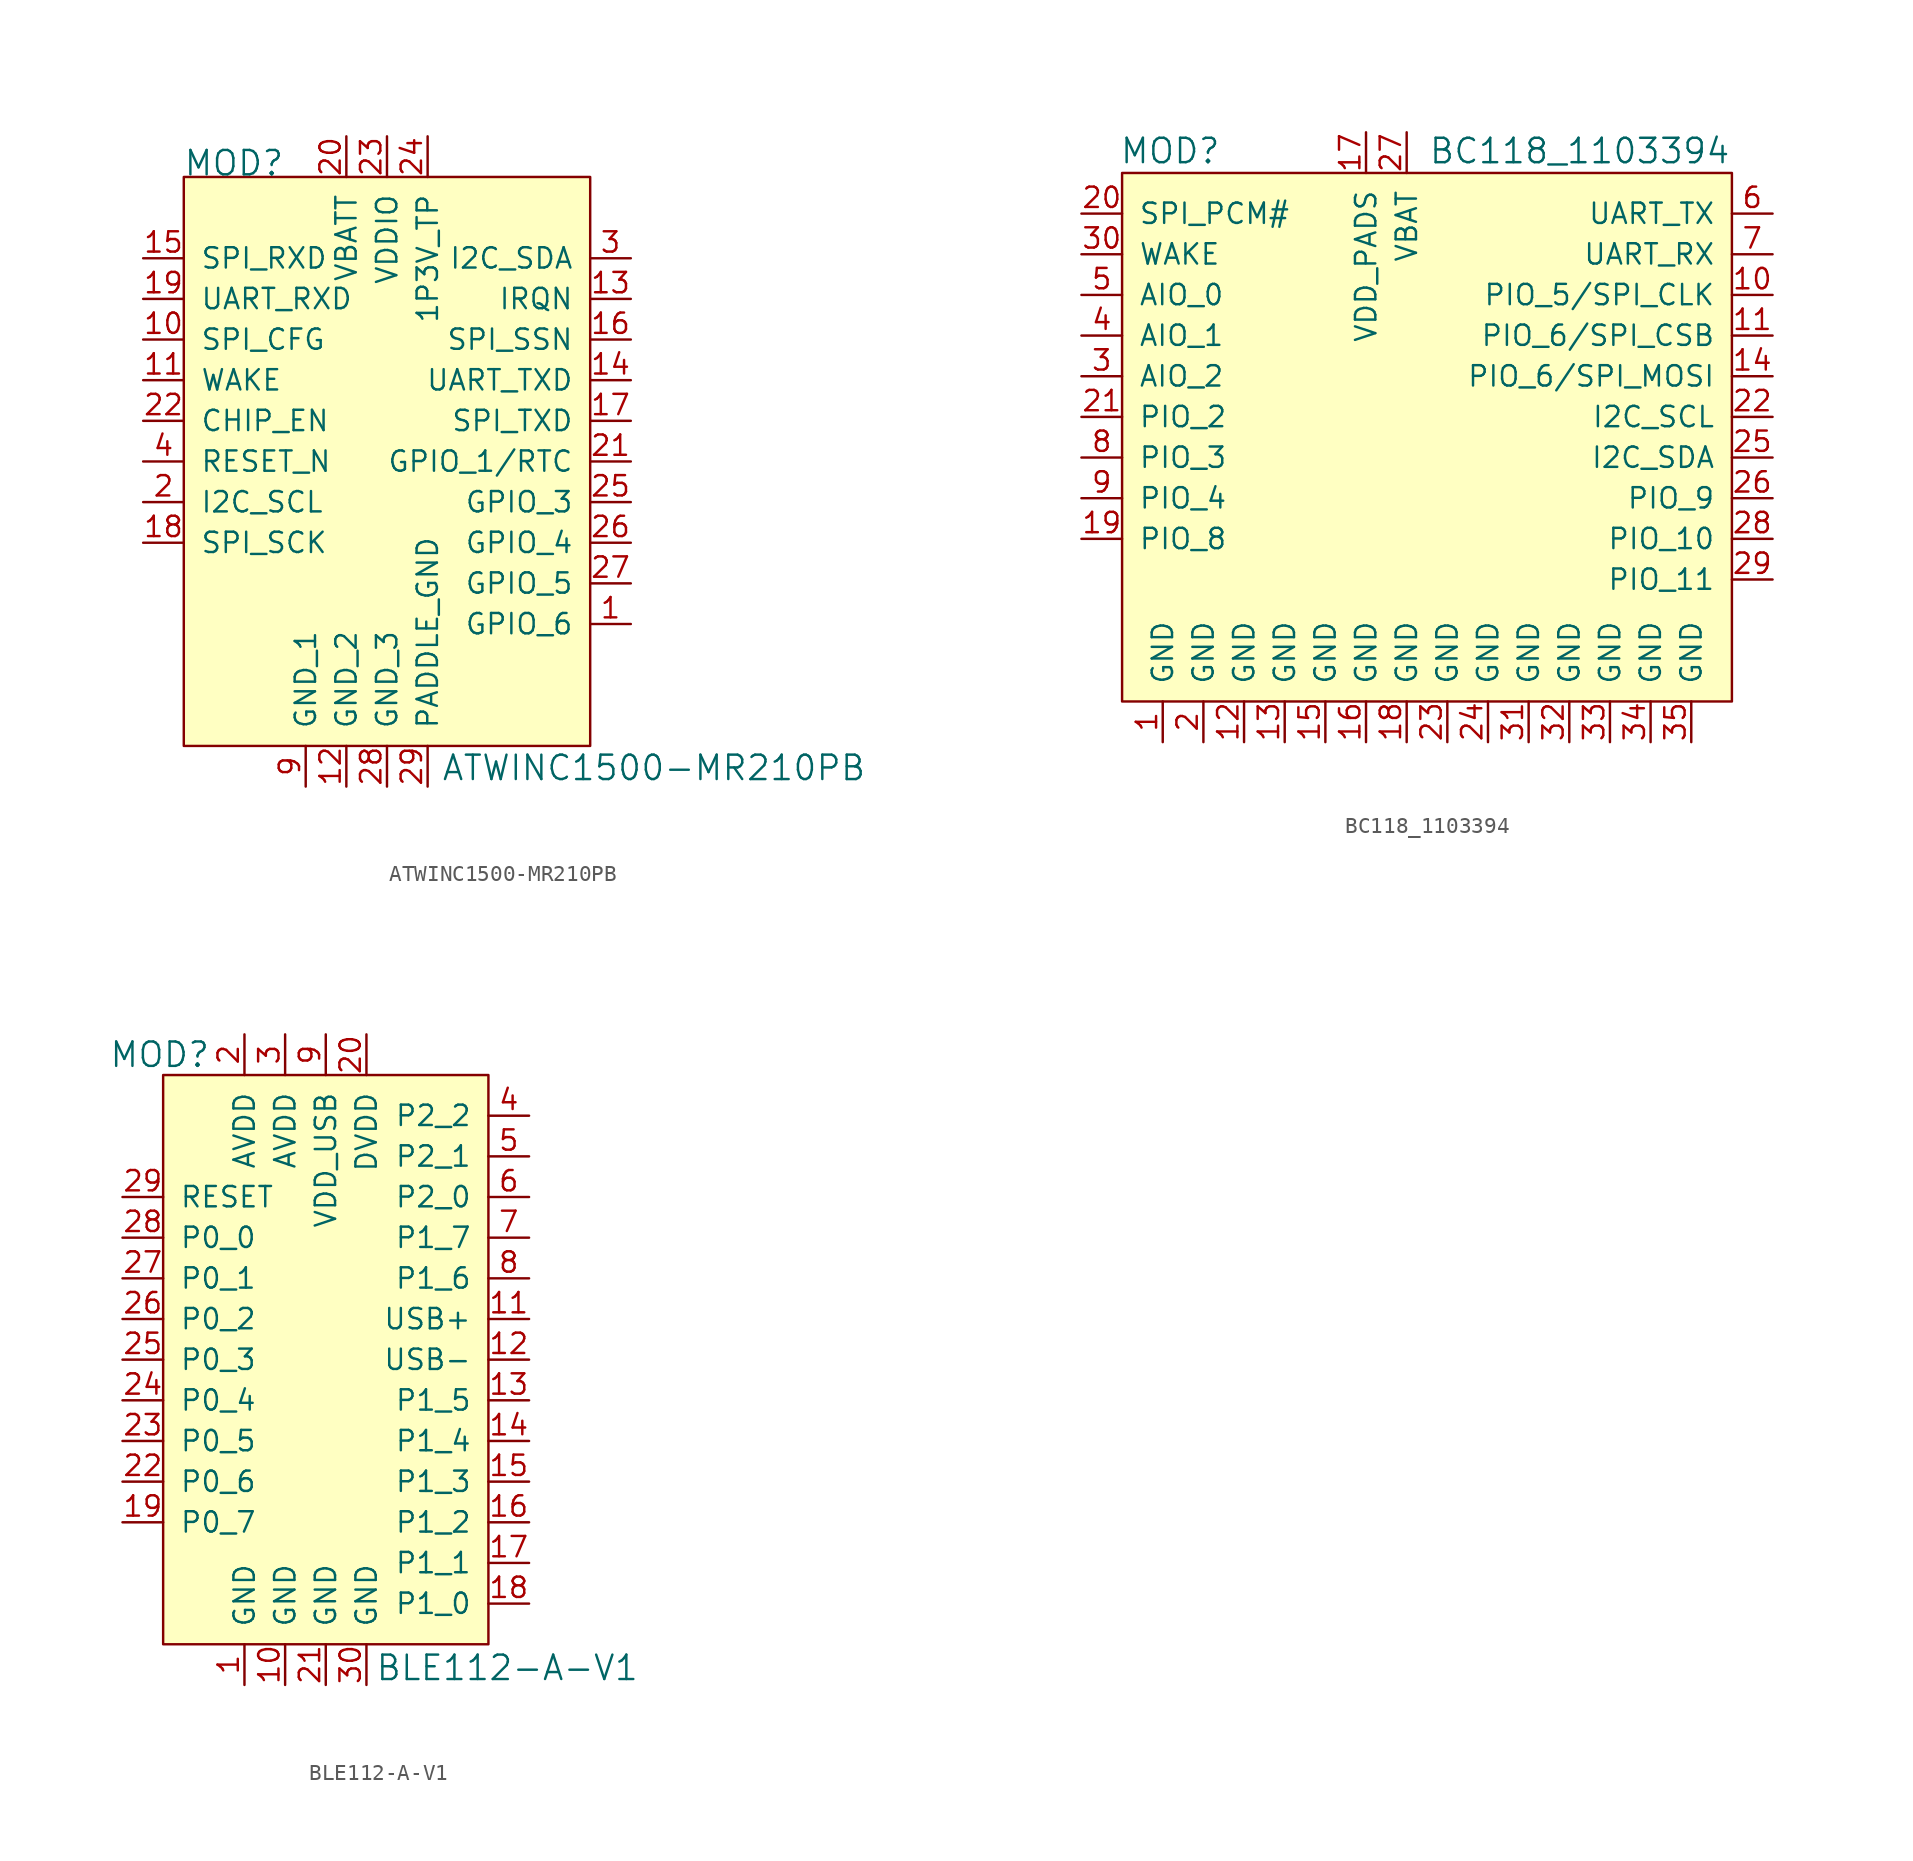
<source format=kicad_sym>
(kicad_symbol_lib
  (version 20201005)
  (generator kicad_symbol_editor)
  (symbol "ATWINC1500-MR210PB"
    (pin_names
      (offset 1.016))
    (property "Reference" "MOD"
      (at -15.291 18.644 0)
      (effects (font (size 1.524 1.524)) (justify left)))
    (property "Value" "ATWINC1500-MR210PB"
      (at 0.838 -19.152 0)
      (effects (font (size 1.524 1.524)) (justify left)))
    (symbol "ATWINC1500-MR210PB_0_1"
      (rectangle (start 10.16 17.78) (end -15.24 -17.78) (stroke (width 0)) (fill (type background))))
    (symbol "ATWINC1500-MR210PB_1_1"
      (pin bidirectional line (at 12.7 -10.16 180) (length 2.54) (name "GPIO_6" (effects (font (size 1.27 1.27)))) (number "1" (effects (font (size 1.27 1.27)))))
      (pin input line (at -17.78 -2.54 0) (length 2.54) (name "I2C_SCL" (effects (font (size 1.27 1.27)))) (number "2" (effects (font (size 1.27 1.27)))))
      (pin bidirectional line (at 12.7 12.7 180) (length 2.54) (name "I2C_SDA" (effects (font (size 1.27 1.27)))) (number "3" (effects (font (size 1.27 1.27)))))
      (pin input line (at -17.78 0 0) (length 2.54) (name "RESET_N" (effects (font (size 1.27 1.27)))) (number "4" (effects (font (size 1.27 1.27)))))
      (pin no_connect line (at 10.16 -12.7 180) (length 2.54) hide (name "NC" (effects (font (size 1.27 1.27)))) (number "5" (effects (font (size 1.27 1.27)))))
      (pin no_connect line (at -15.24 -12.7 0) (length 2.54) hide (name "NC" (effects (font (size 1.27 1.27)))) (number "6" (effects (font (size 1.27 1.27)))))
      (pin no_connect line (at -15.24 -10.16 0) (length 2.54) hide (name "NC" (effects (font (size 1.27 1.27)))) (number "7" (effects (font (size 1.27 1.27)))))
      (pin no_connect line (at -15.24 -7.62 0) (length 2.54) hide (name "NC" (effects (font (size 1.27 1.27)))) (number "8" (effects (font (size 1.27 1.27)))))
      (pin power_in line (at -7.62 -20.32 90) (length 2.54) (name "GND_1" (effects (font (size 1.27 1.27)))) (number "9" (effects (font (size 1.27 1.27)))))
      (pin input line (at -17.78 7.62 0) (length 2.54) (name "SPI_CFG" (effects (font (size 1.27 1.27)))) (number "10" (effects (font (size 1.27 1.27)))))
      (pin power_in line (at -5.08 20.32 270) (length 2.54) (name "VBATT" (effects (font (size 1.27 1.27)))) (number "20" (effects (font (size 1.27 1.27)))))
      (pin input line (at -17.78 5.08 0) (length 2.54) (name "WAKE" (effects (font (size 1.27 1.27)))) (number "11" (effects (font (size 1.27 1.27)))))
      (pin bidirectional line (at 12.7 0 180) (length 2.54) (name "GPIO_1/RTC" (effects (font (size 1.27 1.27)))) (number "21" (effects (font (size 1.27 1.27)))))
      (pin power_in line (at -5.08 -20.32 90) (length 2.54) (name "GND_2" (effects (font (size 1.27 1.27)))) (number "12" (effects (font (size 1.27 1.27)))))
      (pin input line (at -17.78 2.54 0) (length 2.54) (name "CHIP_EN" (effects (font (size 1.27 1.27)))) (number "22" (effects (font (size 1.27 1.27)))))
      (pin output line (at 12.7 10.16 180) (length 2.54) (name "IRQN" (effects (font (size 1.27 1.27)))) (number "13" (effects (font (size 1.27 1.27)))))
      (pin power_in line (at -2.54 20.32 270) (length 2.54) (name "VDDIO" (effects (font (size 1.27 1.27)))) (number "23" (effects (font (size 1.27 1.27)))))
      (pin output line (at 12.7 5.08 180) (length 2.54) (name "UART_TXD" (effects (font (size 1.27 1.27)))) (number "14" (effects (font (size 1.27 1.27)))))
      (pin power_in line (at 0 20.32 270) (length 2.54) (name "1P3V_TP" (effects (font (size 1.27 1.27)))) (number "24" (effects (font (size 1.27 1.27)))))
      (pin bidirectional line (at -17.78 12.7 0) (length 2.54) (name "SPI_RXD" (effects (font (size 1.27 1.27)))) (number "15" (effects (font (size 1.27 1.27)))))
      (pin bidirectional line (at 12.7 -2.54 180) (length 2.54) (name "GPIO_3" (effects (font (size 1.27 1.27)))) (number "25" (effects (font (size 1.27 1.27)))))
      (pin bidirectional line (at 12.7 7.62 180) (length 2.54) (name "SPI_SSN" (effects (font (size 1.27 1.27)))) (number "16" (effects (font (size 1.27 1.27)))))
      (pin bidirectional line (at 12.7 -5.08 180) (length 2.54) (name "GPIO_4" (effects (font (size 1.27 1.27)))) (number "26" (effects (font (size 1.27 1.27)))))
      (pin bidirectional line (at 12.7 2.54 180) (length 2.54) (name "SPI_TXD" (effects (font (size 1.27 1.27)))) (number "17" (effects (font (size 1.27 1.27)))))
      (pin bidirectional line (at 12.7 -7.62 180) (length 2.54) (name "GPIO_5" (effects (font (size 1.27 1.27)))) (number "27" (effects (font (size 1.27 1.27)))))
      (pin input line (at -17.78 -5.08 0) (length 2.54) (name "SPI_SCK" (effects (font (size 1.27 1.27)))) (number "18" (effects (font (size 1.27 1.27)))))
      (pin power_in line (at -2.54 -20.32 90) (length 2.54) (name "GND_3" (effects (font (size 1.27 1.27)))) (number "28" (effects (font (size 1.27 1.27)))))
      (pin input line (at -17.78 10.16 0) (length 2.54) (name "UART_RXD" (effects (font (size 1.27 1.27)))) (number "19" (effects (font (size 1.27 1.27)))))
      (pin power_in line (at 0 -20.32 90) (length 2.54) (name "PADDLE_GND" (effects (font (size 1.27 1.27)))) (number "29" (effects (font (size 1.27 1.27)))))))
  (symbol "BC118_1103394"
    (pin_names
      (offset 1.016))
    (property "Reference" "MOD"
      (at -20.498 14.072 0)
      (effects (font (size 1.524 1.524)) (justify left)))
    (property "Value" "BC118_1103394"
      (at -1.194 14.072 0)
      (effects (font (size 1.524 1.524)) (justify left)))
    (symbol "BC118_1103394_0_1"
      (rectangle (start -20.32 12.7) (end 17.78 -20.32) (stroke (width 0)) (fill (type background))))
    (symbol "BC118_1103394_1_1"
      (pin power_in line (at -17.78 -22.86 90) (length 2.54) (name "GND" (effects (font (size 1.27 1.27)))) (number "1" (effects (font (size 1.27 1.27)))))
      (pin power_in line (at -15.24 -22.86 90) (length 2.54) (name "GND" (effects (font (size 1.27 1.27)))) (number "2" (effects (font (size 1.27 1.27)))))
      (pin bidirectional line (at -22.86 0 0) (length 2.54) (name "AIO_2" (effects (font (size 1.27 1.27)))) (number "3" (effects (font (size 1.27 1.27)))))
      (pin bidirectional line (at -22.86 2.54 0) (length 2.54) (name "AIO_1" (effects (font (size 1.27 1.27)))) (number "4" (effects (font (size 1.27 1.27)))))
      (pin bidirectional line (at -22.86 5.08 0) (length 2.54) (name "AIO_0" (effects (font (size 1.27 1.27)))) (number "5" (effects (font (size 1.27 1.27)))))
      (pin bidirectional line (at 20.32 10.16 180) (length 2.54) (name "UART_TX" (effects (font (size 1.27 1.27)))) (number "6" (effects (font (size 1.27 1.27)))))
      (pin bidirectional line (at 20.32 7.62 180) (length 2.54) (name "UART_RX" (effects (font (size 1.27 1.27)))) (number "7" (effects (font (size 1.27 1.27)))))
      (pin bidirectional line (at -22.86 -5.08 0) (length 2.54) (name "PIO_3" (effects (font (size 1.27 1.27)))) (number "8" (effects (font (size 1.27 1.27)))))
      (pin bidirectional line (at -22.86 -7.62 0) (length 2.54) (name "PIO_4" (effects (font (size 1.27 1.27)))) (number "9" (effects (font (size 1.27 1.27)))))
      (pin bidirectional line (at 20.32 5.08 180) (length 2.54) (name "PIO_5/SPI_CLK" (effects (font (size 1.27 1.27)))) (number "10" (effects (font (size 1.27 1.27)))))
      (pin input line (at -22.86 10.16 0) (length 2.54) (name "SPI_PCM#" (effects (font (size 1.27 1.27)))) (number "20" (effects (font (size 1.27 1.27)))))
      (pin input line (at -22.86 7.62 0) (length 2.54) (name "WAKE" (effects (font (size 1.27 1.27)))) (number "30" (effects (font (size 1.27 1.27)))))
      (pin bidirectional line (at 20.32 2.54 180) (length 2.54) (name "PIO_6/SPI_CSB" (effects (font (size 1.27 1.27)))) (number "11" (effects (font (size 1.27 1.27)))))
      (pin bidirectional line (at -22.86 -2.54 0) (length 2.54) (name "PIO_2" (effects (font (size 1.27 1.27)))) (number "21" (effects (font (size 1.27 1.27)))))
      (pin power_in line (at 5.08 -22.86 90) (length 2.54) (name "GND" (effects (font (size 1.27 1.27)))) (number "31" (effects (font (size 1.27 1.27)))))
      (pin power_in line (at -12.7 -22.86 90) (length 2.54) (name "GND" (effects (font (size 1.27 1.27)))) (number "12" (effects (font (size 1.27 1.27)))))
      (pin bidirectional line (at 20.32 -2.54 180) (length 2.54) (name "I2C_SCL" (effects (font (size 1.27 1.27)))) (number "22" (effects (font (size 1.27 1.27)))))
      (pin power_in line (at 7.62 -22.86 90) (length 2.54) (name "GND" (effects (font (size 1.27 1.27)))) (number "32" (effects (font (size 1.27 1.27)))))
      (pin power_in line (at -10.16 -22.86 90) (length 2.54) (name "GND" (effects (font (size 1.27 1.27)))) (number "13" (effects (font (size 1.27 1.27)))))
      (pin power_in line (at 0 -22.86 90) (length 2.54) (name "GND" (effects (font (size 1.27 1.27)))) (number "23" (effects (font (size 1.27 1.27)))))
      (pin power_in line (at 10.16 -22.86 90) (length 2.54) (name "GND" (effects (font (size 1.27 1.27)))) (number "33" (effects (font (size 1.27 1.27)))))
      (pin bidirectional line (at 20.32 0 180) (length 2.54) (name "PIO_6/SPI_MOSI" (effects (font (size 1.27 1.27)))) (number "14" (effects (font (size 1.27 1.27)))))
      (pin power_in line (at 2.54 -22.86 90) (length 2.54) (name "GND" (effects (font (size 1.27 1.27)))) (number "24" (effects (font (size 1.27 1.27)))))
      (pin power_in line (at 12.7 -22.86 90) (length 2.54) (name "GND" (effects (font (size 1.27 1.27)))) (number "34" (effects (font (size 1.27 1.27)))))
      (pin power_in line (at -7.62 -22.86 90) (length 2.54) (name "GND" (effects (font (size 1.27 1.27)))) (number "15" (effects (font (size 1.27 1.27)))))
      (pin bidirectional line (at 20.32 -5.08 180) (length 2.54) (name "I2C_SDA" (effects (font (size 1.27 1.27)))) (number "25" (effects (font (size 1.27 1.27)))))
      (pin power_in line (at 15.24 -22.86 90) (length 2.54) (name "GND" (effects (font (size 1.27 1.27)))) (number "35" (effects (font (size 1.27 1.27)))))
      (pin power_in line (at -5.08 -22.86 90) (length 2.54) (name "GND" (effects (font (size 1.27 1.27)))) (number "16" (effects (font (size 1.27 1.27)))))
      (pin bidirectional line (at 20.32 -7.62 180) (length 2.54) (name "PIO_9" (effects (font (size 1.27 1.27)))) (number "26" (effects (font (size 1.27 1.27)))))
      (pin power_in line (at -5.08 15.24 270) (length 2.54) (name "VDD_PADS" (effects (font (size 1.27 1.27)))) (number "17" (effects (font (size 1.27 1.27)))))
      (pin power_in line (at -2.54 15.24 270) (length 2.54) (name "VBAT" (effects (font (size 1.27 1.27)))) (number "27" (effects (font (size 1.27 1.27)))))
      (pin power_in line (at -2.54 -22.86 90) (length 2.54) (name "GND" (effects (font (size 1.27 1.27)))) (number "18" (effects (font (size 1.27 1.27)))))
      (pin bidirectional line (at 20.32 -10.16 180) (length 2.54) (name "PIO_10" (effects (font (size 1.27 1.27)))) (number "28" (effects (font (size 1.27 1.27)))))
      (pin bidirectional line (at -22.86 -10.16 0) (length 2.54) (name "PIO_8" (effects (font (size 1.27 1.27)))) (number "19" (effects (font (size 1.27 1.27)))))
      (pin bidirectional line (at 20.32 -12.7 180) (length 2.54) (name "PIO_11" (effects (font (size 1.27 1.27)))) (number "29" (effects (font (size 1.27 1.27)))))))
  (symbol "BLE112-A-V1"
    (pin_names
      (offset 1.016))
    (property "Reference" "MOD"
      (at -7.188 13.97 0)
      (effects (font (size 1.524 1.524)) (justify right)))
    (property "Value" "BLE112-A-V1"
      (at 3.073 -24.333 0)
      (effects (font (size 1.524 1.524)) (justify left)))
    (symbol "BLE112-A-V1_0_1"
      (rectangle (start -10.16 12.7) (end 10.16 -22.86) (stroke (width 0)) (fill (type background))))
    (symbol "BLE112-A-V1_1_1"
      (pin power_in line (at -5.08 -25.4 90) (length 2.54) (name "GND" (effects (font (size 1.27 1.27)))) (number "1" (effects (font (size 1.27 1.27)))))
      (pin power_in line (at -5.08 15.24 270) (length 2.54) (name "AVDD" (effects (font (size 1.27 1.27)))) (number "2" (effects (font (size 1.27 1.27)))))
      (pin power_in line (at -2.54 15.24 270) (length 2.54) (name "AVDD" (effects (font (size 1.27 1.27)))) (number "3" (effects (font (size 1.27 1.27)))))
      (pin bidirectional line (at 12.7 10.16 180) (length 2.54) (name "P2_2" (effects (font (size 1.27 1.27)))) (number "4" (effects (font (size 1.27 1.27)))))
      (pin bidirectional line (at 12.7 7.62 180) (length 2.54) (name "P2_1" (effects (font (size 1.27 1.27)))) (number "5" (effects (font (size 1.27 1.27)))))
      (pin bidirectional line (at 12.7 5.08 180) (length 2.54) (name "P2_0" (effects (font (size 1.27 1.27)))) (number "6" (effects (font (size 1.27 1.27)))))
      (pin bidirectional line (at 12.7 2.54 180) (length 2.54) (name "P1_7" (effects (font (size 1.27 1.27)))) (number "7" (effects (font (size 1.27 1.27)))))
      (pin bidirectional line (at 12.7 0 180) (length 2.54) (name "P1_6" (effects (font (size 1.27 1.27)))) (number "8" (effects (font (size 1.27 1.27)))))
      (pin power_in line (at 0 15.24 270) (length 2.54) (name "VDD_USB" (effects (font (size 1.27 1.27)))) (number "9" (effects (font (size 1.27 1.27)))))
      (pin power_in line (at -2.54 -25.4 90) (length 2.54) (name "GND" (effects (font (size 1.27 1.27)))) (number "10" (effects (font (size 1.27 1.27)))))
      (pin power_in line (at 2.54 15.24 270) (length 2.54) (name "DVDD" (effects (font (size 1.27 1.27)))) (number "20" (effects (font (size 1.27 1.27)))))
      (pin power_in line (at 2.54 -25.4 90) (length 2.54) (name "GND" (effects (font (size 1.27 1.27)))) (number "30" (effects (font (size 1.27 1.27)))))
      (pin bidirectional line (at 12.7 -2.54 180) (length 2.54) (name "USB+" (effects (font (size 1.27 1.27)))) (number "11" (effects (font (size 1.27 1.27)))))
      (pin power_in line (at 0 -25.4 90) (length 2.54) (name "GND" (effects (font (size 1.27 1.27)))) (number "21" (effects (font (size 1.27 1.27)))))
      (pin bidirectional line (at 12.7 -5.08 180) (length 2.54) (name "USB-" (effects (font (size 1.27 1.27)))) (number "12" (effects (font (size 1.27 1.27)))))
      (pin bidirectional line (at -12.7 -12.7 0) (length 2.54) (name "P0_6" (effects (font (size 1.27 1.27)))) (number "22" (effects (font (size 1.27 1.27)))))
      (pin bidirectional line (at 12.7 -7.62 180) (length 2.54) (name "P1_5" (effects (font (size 1.27 1.27)))) (number "13" (effects (font (size 1.27 1.27)))))
      (pin bidirectional line (at -12.7 -10.16 0) (length 2.54) (name "P0_5" (effects (font (size 1.27 1.27)))) (number "23" (effects (font (size 1.27 1.27)))))
      (pin bidirectional line (at 12.7 -10.16 180) (length 2.54) (name "P1_4" (effects (font (size 1.27 1.27)))) (number "14" (effects (font (size 1.27 1.27)))))
      (pin bidirectional line (at -12.7 -7.62 0) (length 2.54) (name "P0_4" (effects (font (size 1.27 1.27)))) (number "24" (effects (font (size 1.27 1.27)))))
      (pin bidirectional line (at 12.7 -12.7 180) (length 2.54) (name "P1_3" (effects (font (size 1.27 1.27)))) (number "15" (effects (font (size 1.27 1.27)))))
      (pin bidirectional line (at -12.7 -5.08 0) (length 2.54) (name "P0_3" (effects (font (size 1.27 1.27)))) (number "25" (effects (font (size 1.27 1.27)))))
      (pin bidirectional line (at 12.7 -15.24 180) (length 2.54) (name "P1_2" (effects (font (size 1.27 1.27)))) (number "16" (effects (font (size 1.27 1.27)))))
      (pin bidirectional line (at -12.7 -2.54 0) (length 2.54) (name "P0_2" (effects (font (size 1.27 1.27)))) (number "26" (effects (font (size 1.27 1.27)))))
      (pin bidirectional line (at 12.7 -17.78 180) (length 2.54) (name "P1_1" (effects (font (size 1.27 1.27)))) (number "17" (effects (font (size 1.27 1.27)))))
      (pin bidirectional line (at -12.7 0 0) (length 2.54) (name "P0_1" (effects (font (size 1.27 1.27)))) (number "27" (effects (font (size 1.27 1.27)))))
      (pin bidirectional line (at 12.7 -20.32 180) (length 2.54) (name "P1_0" (effects (font (size 1.27 1.27)))) (number "18" (effects (font (size 1.27 1.27)))))
      (pin bidirectional line (at -12.7 2.54 0) (length 2.54) (name "P0_0" (effects (font (size 1.27 1.27)))) (number "28" (effects (font (size 1.27 1.27)))))
      (pin bidirectional line (at -12.7 -15.24 0) (length 2.54) (name "P0_7" (effects (font (size 1.27 1.27)))) (number "19" (effects (font (size 1.27 1.27)))))
      (pin input line (at -12.7 5.08 0) (length 2.54) (name "RESET" (effects (font (size 1.27 1.27)))) (number "29" (effects (font (size 1.27 1.27))))))))
</source>
